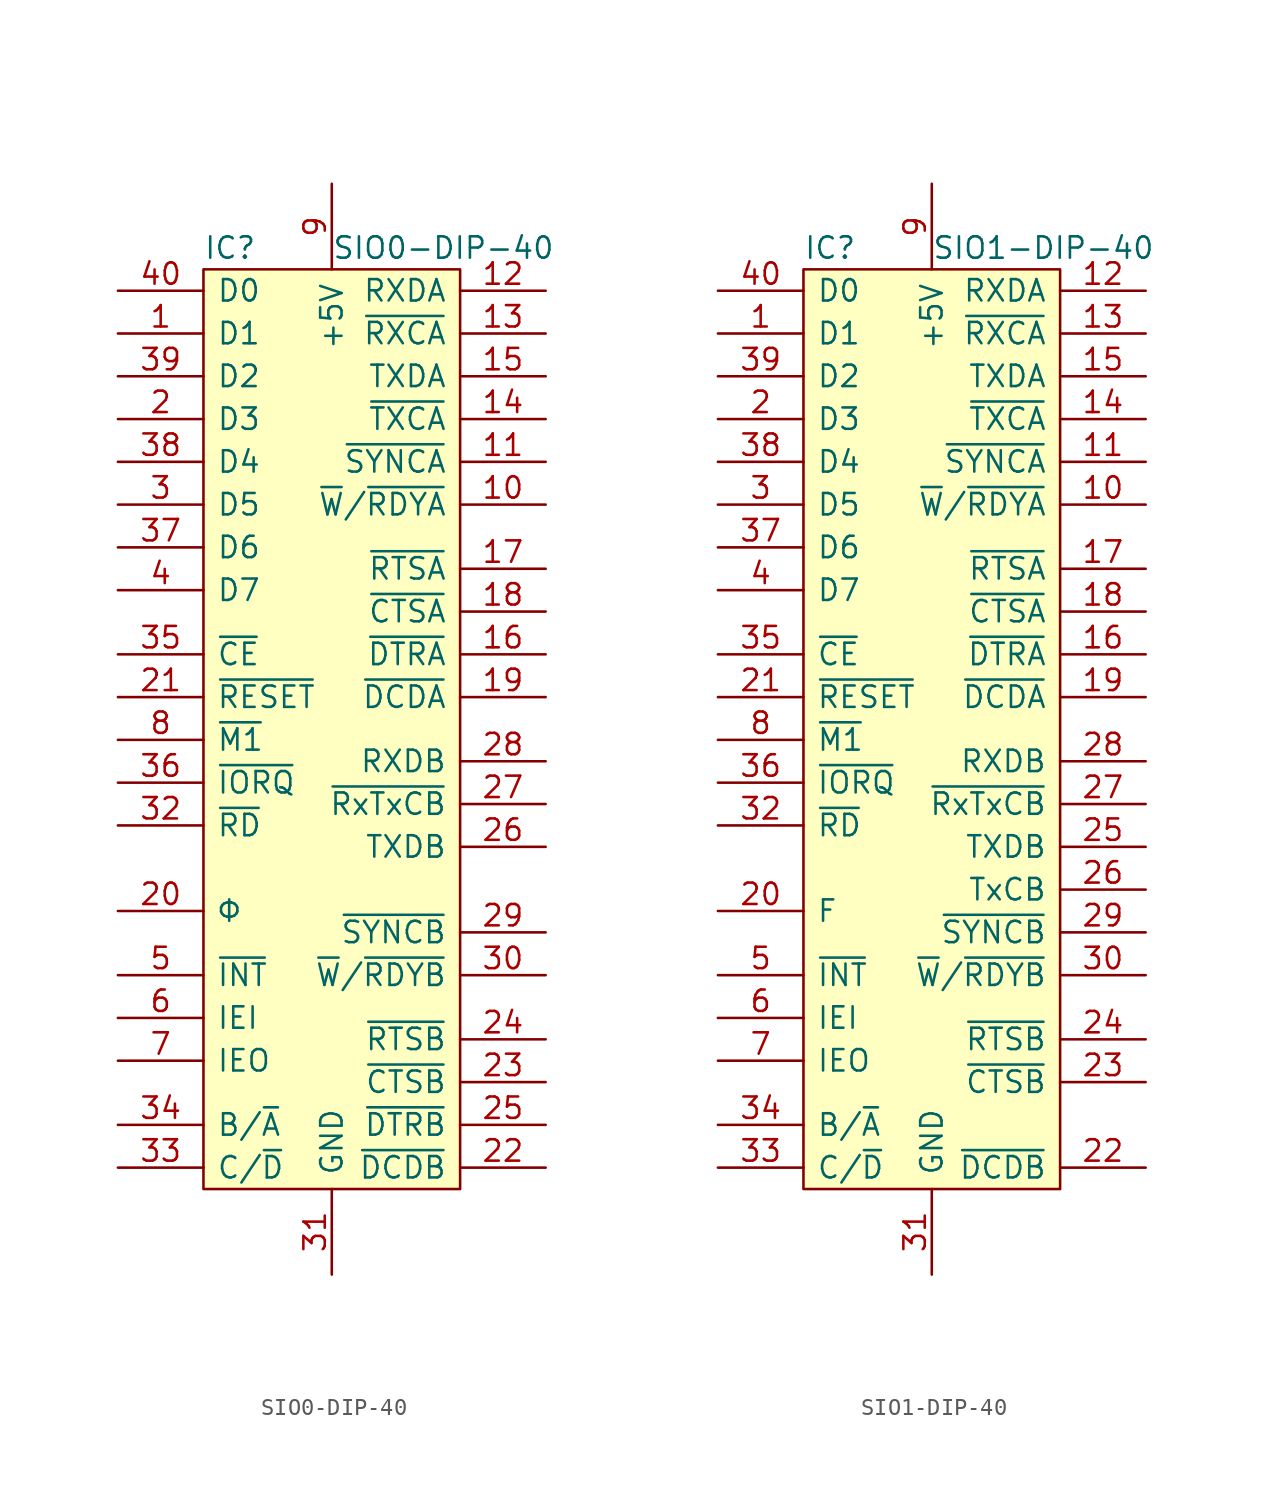
<source format=kicad_sym>
(kicad_symbol_lib
  (version 20220914)
  (generator kicad_symbol_editor)
  (symbol "SIO0-DIP-40"
    (pin_names
      (offset 0.762))
    (property "Reference" "IC"
      (at 0 1.27 0)
      (effects (font (size 1.27 1.27)) (justify left)))
    (property "Value" "SIO0-DIP-40"
      (at 7.62 1.27 0)
      (effects (font (size 1.27 1.27)) (justify left)))
    (symbol "SIO0-DIP-40_0_0"
      (pin bidirectional line (at -5.08 -3.81 0) (length 5.08) (name "D1" (effects (font (size 1.27 1.27)))) (number "1" (effects (font (size 1.27 1.27)))))
      (pin output line (at 20.32 -13.97 180) (length 5.08) (name "~{W}/~{RDYA}" (effects (font (size 1.27 1.27)))) (number "10" (effects (font (size 1.27 1.27)))))
      (pin bidirectional line (at 20.32 -11.43 180) (length 5.08) (name "~{SYNCA}" (effects (font (size 1.27 1.27)))) (number "11" (effects (font (size 1.27 1.27)))))
      (pin input line (at 20.32 -1.27 180) (length 5.08) (name "RXDA" (effects (font (size 1.27 1.27)))) (number "12" (effects (font (size 1.27 1.27)))))
      (pin input line (at 20.32 -3.81 180) (length 5.08) (name "~{RXCA}" (effects (font (size 1.27 1.27)))) (number "13" (effects (font (size 1.27 1.27)))))
      (pin output line (at 20.32 -8.89 180) (length 5.08) (name "~{TXCA}" (effects (font (size 1.27 1.27)))) (number "14" (effects (font (size 1.27 1.27)))))
      (pin output line (at 20.32 -6.35 180) (length 5.08) (name "TXDA" (effects (font (size 1.27 1.27)))) (number "15" (effects (font (size 1.27 1.27)))))
      (pin output line (at 20.32 -22.86 180) (length 5.08) (name "~{DTRA}" (effects (font (size 1.27 1.27)))) (number "16" (effects (font (size 1.27 1.27)))))
      (pin output line (at 20.32 -17.78 180) (length 5.08) (name "~{RTSA}" (effects (font (size 1.27 1.27)))) (number "17" (effects (font (size 1.27 1.27)))))
      (pin input line (at 20.32 -20.32 180) (length 5.08) (name "~{CTSA}" (effects (font (size 1.27 1.27)))) (number "18" (effects (font (size 1.27 1.27)))))
      (pin input line (at 20.32 -25.4 180) (length 5.08) (name "~{DCDA}" (effects (font (size 1.27 1.27)))) (number "19" (effects (font (size 1.27 1.27)))))
      (pin bidirectional line (at -5.08 -8.89 0) (length 5.08) (name "D3" (effects (font (size 1.27 1.27)))) (number "2" (effects (font (size 1.27 1.27)))))
      (pin input line (at -5.08 -38.1 0) (length 5.08) (name "Φ" (effects (font (size 1.27 1.27)))) (number "20" (effects (font (size 1.27 1.27)))))
      (pin input line (at -5.08 -25.4 0) (length 5.08) (name "~{RESET}" (effects (font (size 1.27 1.27)))) (number "21" (effects (font (size 1.27 1.27)))))
      (pin input line (at 20.32 -53.34 180) (length 5.08) (name "~{DCDB}" (effects (font (size 1.27 1.27)))) (number "22" (effects (font (size 1.27 1.27)))))
      (pin input line (at 20.32 -48.26 180) (length 5.08) (name "~{CTSB}" (effects (font (size 1.27 1.27)))) (number "23" (effects (font (size 1.27 1.27)))))
      (pin output line (at 20.32 -45.72 180) (length 5.08) (name "~{RTSB}" (effects (font (size 1.27 1.27)))) (number "24" (effects (font (size 1.27 1.27)))))
      (pin output line (at 20.32 -50.8 180) (length 5.08) (name "~{DTRB}" (effects (font (size 1.27 1.27)))) (number "25" (effects (font (size 1.27 1.27)))))
      (pin output line (at 20.32 -34.29 180) (length 5.08) (name "TXDB" (effects (font (size 1.27 1.27)))) (number "26" (effects (font (size 1.27 1.27)))))
      (pin input line (at 20.32 -31.75 180) (length 5.08) (name "~{RxTxCB}" (effects (font (size 1.27 1.27)))) (number "27" (effects (font (size 1.27 1.27)))))
      (pin input line (at 20.32 -29.21 180) (length 5.08) (name "RXDB" (effects (font (size 1.27 1.27)))) (number "28" (effects (font (size 1.27 1.27)))))
      (pin input line (at 20.32 -39.37 180) (length 5.08) (name "~{SYNCB}" (effects (font (size 1.27 1.27)))) (number "29" (effects (font (size 1.27 1.27)))))
      (pin bidirectional line (at -5.08 -13.97 0) (length 5.08) (name "D5" (effects (font (size 1.27 1.27)))) (number "3" (effects (font (size 1.27 1.27)))))
      (pin output line (at 20.32 -41.91 180) (length 5.08) (name "~{W}/~{RDYB}" (effects (font (size 1.27 1.27)))) (number "30" (effects (font (size 1.27 1.27)))))
      (pin power_in line (at 7.62 -59.69 90) (length 5.08) (name "GND" (effects (font (size 1.27 1.27)))) (number "31" (effects (font (size 1.27 1.27)))))
      (pin input line (at -5.08 -33.02 0) (length 5.08) (name "~{RD}" (effects (font (size 1.27 1.27)))) (number "32" (effects (font (size 1.27 1.27)))))
      (pin input line (at -5.08 -53.34 0) (length 5.08) (name "C/~{D}" (effects (font (size 1.27 1.27)))) (number "33" (effects (font (size 1.27 1.27)))))
      (pin input line (at -5.08 -50.8 0) (length 5.08) (name "B/~{A}" (effects (font (size 1.27 1.27)))) (number "34" (effects (font (size 1.27 1.27)))))
      (pin input line (at -5.08 -22.86 0) (length 5.08) (name "~{CE}" (effects (font (size 1.27 1.27)))) (number "35" (effects (font (size 1.27 1.27)))))
      (pin input line (at -5.08 -30.48 0) (length 5.08) (name "~{IORQ}" (effects (font (size 1.27 1.27)))) (number "36" (effects (font (size 1.27 1.27)))))
      (pin bidirectional line (at -5.08 -16.51 0) (length 5.08) (name "D6" (effects (font (size 1.27 1.27)))) (number "37" (effects (font (size 1.27 1.27)))))
      (pin bidirectional line (at -5.08 -11.43 0) (length 5.08) (name "D4" (effects (font (size 1.27 1.27)))) (number "38" (effects (font (size 1.27 1.27)))))
      (pin bidirectional line (at -5.08 -6.35 0) (length 5.08) (name "D2" (effects (font (size 1.27 1.27)))) (number "39" (effects (font (size 1.27 1.27)))))
      (pin bidirectional line (at -5.08 -19.05 0) (length 5.08) (name "D7" (effects (font (size 1.27 1.27)))) (number "4" (effects (font (size 1.27 1.27)))))
      (pin bidirectional line (at -5.08 -1.27 0) (length 5.08) (name "D0" (effects (font (size 1.27 1.27)))) (number "40" (effects (font (size 1.27 1.27)))))
      (pin open_collector line (at -5.08 -41.91 0) (length 5.08) (name "~{INT}" (effects (font (size 1.27 1.27)))) (number "5" (effects (font (size 1.27 1.27)))))
      (pin input line (at -5.08 -44.45 0) (length 5.08) (name "IEI" (effects (font (size 1.27 1.27)))) (number "6" (effects (font (size 1.27 1.27)))))
      (pin output line (at -5.08 -46.99 0) (length 5.08) (name "IEO" (effects (font (size 1.27 1.27)))) (number "7" (effects (font (size 1.27 1.27)))))
      (pin input line (at -5.08 -27.94 0) (length 5.08) (name "~{M1}" (effects (font (size 1.27 1.27)))) (number "8" (effects (font (size 1.27 1.27)))))
      (pin power_in line (at 7.62 5.08 270) (length 5.08) (name "+5V" (effects (font (size 1.27 1.27)))) (number "9" (effects (font (size 1.27 1.27))))))
    (symbol "SIO0-DIP-40_0_1"
      (rectangle (start 0 0) (end 15.24 -54.61) (stroke (width 0) (type solid)) (fill (type background)))))
  (symbol "SIO1-DIP-40"
    (pin_names
      (offset 0.762))
    (property "Reference" "IC"
      (at 0 1.27 0)
      (effects (font (size 1.27 1.27)) (justify left)))
    (property "Value" "SIO1-DIP-40"
      (at 7.62 1.27 0)
      (effects (font (size 1.27 1.27)) (justify left)))
    (symbol "SIO1-DIP-40_0_0"
      (pin bidirectional line (at -5.08 -3.81 0) (length 5.08) (name "D1" (effects (font (size 1.27 1.27)))) (number "1" (effects (font (size 1.27 1.27)))))
      (pin output line (at 20.32 -13.97 180) (length 5.08) (name "~{W}/~{RDYA}" (effects (font (size 1.27 1.27)))) (number "10" (effects (font (size 1.27 1.27)))))
      (pin bidirectional line (at 20.32 -11.43 180) (length 5.08) (name "~{SYNCA}" (effects (font (size 1.27 1.27)))) (number "11" (effects (font (size 1.27 1.27)))))
      (pin input line (at 20.32 -1.27 180) (length 5.08) (name "RXDA" (effects (font (size 1.27 1.27)))) (number "12" (effects (font (size 1.27 1.27)))))
      (pin input line (at 20.32 -3.81 180) (length 5.08) (name "~{RXCA}" (effects (font (size 1.27 1.27)))) (number "13" (effects (font (size 1.27 1.27)))))
      (pin output line (at 20.32 -8.89 180) (length 5.08) (name "~{TXCA}" (effects (font (size 1.27 1.27)))) (number "14" (effects (font (size 1.27 1.27)))))
      (pin output line (at 20.32 -6.35 180) (length 5.08) (name "TXDA" (effects (font (size 1.27 1.27)))) (number "15" (effects (font (size 1.27 1.27)))))
      (pin output line (at 20.32 -22.86 180) (length 5.08) (name "~{DTRA}" (effects (font (size 1.27 1.27)))) (number "16" (effects (font (size 1.27 1.27)))))
      (pin output line (at 20.32 -17.78 180) (length 5.08) (name "~{RTSA}" (effects (font (size 1.27 1.27)))) (number "17" (effects (font (size 1.27 1.27)))))
      (pin input line (at 20.32 -20.32 180) (length 5.08) (name "~{CTSA}" (effects (font (size 1.27 1.27)))) (number "18" (effects (font (size 1.27 1.27)))))
      (pin input line (at 20.32 -25.4 180) (length 5.08) (name "~{DCDA}" (effects (font (size 1.27 1.27)))) (number "19" (effects (font (size 1.27 1.27)))))
      (pin bidirectional line (at -5.08 -8.89 0) (length 5.08) (name "D3" (effects (font (size 1.27 1.27)))) (number "2" (effects (font (size 1.27 1.27)))))
      (pin input line (at -5.08 -38.1 0) (length 5.08) (name "F" (effects (font (size 1.27 1.27)))) (number "20" (effects (font (size 1.27 1.27)))))
      (pin input line (at -5.08 -25.4 0) (length 5.08) (name "~{RESET}" (effects (font (size 1.27 1.27)))) (number "21" (effects (font (size 1.27 1.27)))))
      (pin input line (at 20.32 -53.34 180) (length 5.08) (name "~{DCDB}" (effects (font (size 1.27 1.27)))) (number "22" (effects (font (size 1.27 1.27)))))
      (pin input line (at 20.32 -48.26 180) (length 5.08) (name "~{CTSB}" (effects (font (size 1.27 1.27)))) (number "23" (effects (font (size 1.27 1.27)))))
      (pin output line (at 20.32 -45.72 180) (length 5.08) (name "~{RTSB}" (effects (font (size 1.27 1.27)))) (number "24" (effects (font (size 1.27 1.27)))))
      (pin output line (at 20.32 -34.29 180) (length 5.08) (name "TXDB" (effects (font (size 1.27 1.27)))) (number "25" (effects (font (size 1.27 1.27)))))
      (pin output line (at 20.32 -36.83 180) (length 5.08) (name "TxCB" (effects (font (size 1.27 1.27)))) (number "26" (effects (font (size 1.27 1.27)))))
      (pin input line (at 20.32 -31.75 180) (length 5.08) (name "~{RxTxCB}" (effects (font (size 1.27 1.27)))) (number "27" (effects (font (size 1.27 1.27)))))
      (pin input line (at 20.32 -29.21 180) (length 5.08) (name "RXDB" (effects (font (size 1.27 1.27)))) (number "28" (effects (font (size 1.27 1.27)))))
      (pin input line (at 20.32 -39.37 180) (length 5.08) (name "~{SYNCB}" (effects (font (size 1.27 1.27)))) (number "29" (effects (font (size 1.27 1.27)))))
      (pin bidirectional line (at -5.08 -13.97 0) (length 5.08) (name "D5" (effects (font (size 1.27 1.27)))) (number "3" (effects (font (size 1.27 1.27)))))
      (pin output line (at 20.32 -41.91 180) (length 5.08) (name "~{W}/~{RDYB}" (effects (font (size 1.27 1.27)))) (number "30" (effects (font (size 1.27 1.27)))))
      (pin power_in line (at 7.62 -59.69 90) (length 5.08) (name "GND" (effects (font (size 1.27 1.27)))) (number "31" (effects (font (size 1.27 1.27)))))
      (pin input line (at -5.08 -33.02 0) (length 5.08) (name "~{RD}" (effects (font (size 1.27 1.27)))) (number "32" (effects (font (size 1.27 1.27)))))
      (pin input line (at -5.08 -53.34 0) (length 5.08) (name "C/~{D}" (effects (font (size 1.27 1.27)))) (number "33" (effects (font (size 1.27 1.27)))))
      (pin input line (at -5.08 -50.8 0) (length 5.08) (name "B/~{A}" (effects (font (size 1.27 1.27)))) (number "34" (effects (font (size 1.27 1.27)))))
      (pin input line (at -5.08 -22.86 0) (length 5.08) (name "~{CE}" (effects (font (size 1.27 1.27)))) (number "35" (effects (font (size 1.27 1.27)))))
      (pin input line (at -5.08 -30.48 0) (length 5.08) (name "~{IORQ}" (effects (font (size 1.27 1.27)))) (number "36" (effects (font (size 1.27 1.27)))))
      (pin bidirectional line (at -5.08 -16.51 0) (length 5.08) (name "D6" (effects (font (size 1.27 1.27)))) (number "37" (effects (font (size 1.27 1.27)))))
      (pin bidirectional line (at -5.08 -11.43 0) (length 5.08) (name "D4" (effects (font (size 1.27 1.27)))) (number "38" (effects (font (size 1.27 1.27)))))
      (pin bidirectional line (at -5.08 -6.35 0) (length 5.08) (name "D2" (effects (font (size 1.27 1.27)))) (number "39" (effects (font (size 1.27 1.27)))))
      (pin bidirectional line (at -5.08 -19.05 0) (length 5.08) (name "D7" (effects (font (size 1.27 1.27)))) (number "4" (effects (font (size 1.27 1.27)))))
      (pin bidirectional line (at -5.08 -1.27 0) (length 5.08) (name "D0" (effects (font (size 1.27 1.27)))) (number "40" (effects (font (size 1.27 1.27)))))
      (pin open_collector line (at -5.08 -41.91 0) (length 5.08) (name "~{INT}" (effects (font (size 1.27 1.27)))) (number "5" (effects (font (size 1.27 1.27)))))
      (pin input line (at -5.08 -44.45 0) (length 5.08) (name "IEI" (effects (font (size 1.27 1.27)))) (number "6" (effects (font (size 1.27 1.27)))))
      (pin output line (at -5.08 -46.99 0) (length 5.08) (name "IEO" (effects (font (size 1.27 1.27)))) (number "7" (effects (font (size 1.27 1.27)))))
      (pin input line (at -5.08 -27.94 0) (length 5.08) (name "~{M1}" (effects (font (size 1.27 1.27)))) (number "8" (effects (font (size 1.27 1.27)))))
      (pin power_in line (at 7.62 5.08 270) (length 5.08) (name "+5V" (effects (font (size 1.27 1.27)))) (number "9" (effects (font (size 1.27 1.27))))))
    (symbol "SIO1-DIP-40_0_1"
      (rectangle (start 0 0) (end 15.24 -54.61) (stroke (width 0) (type solid)) (fill (type background))))))
</source>
